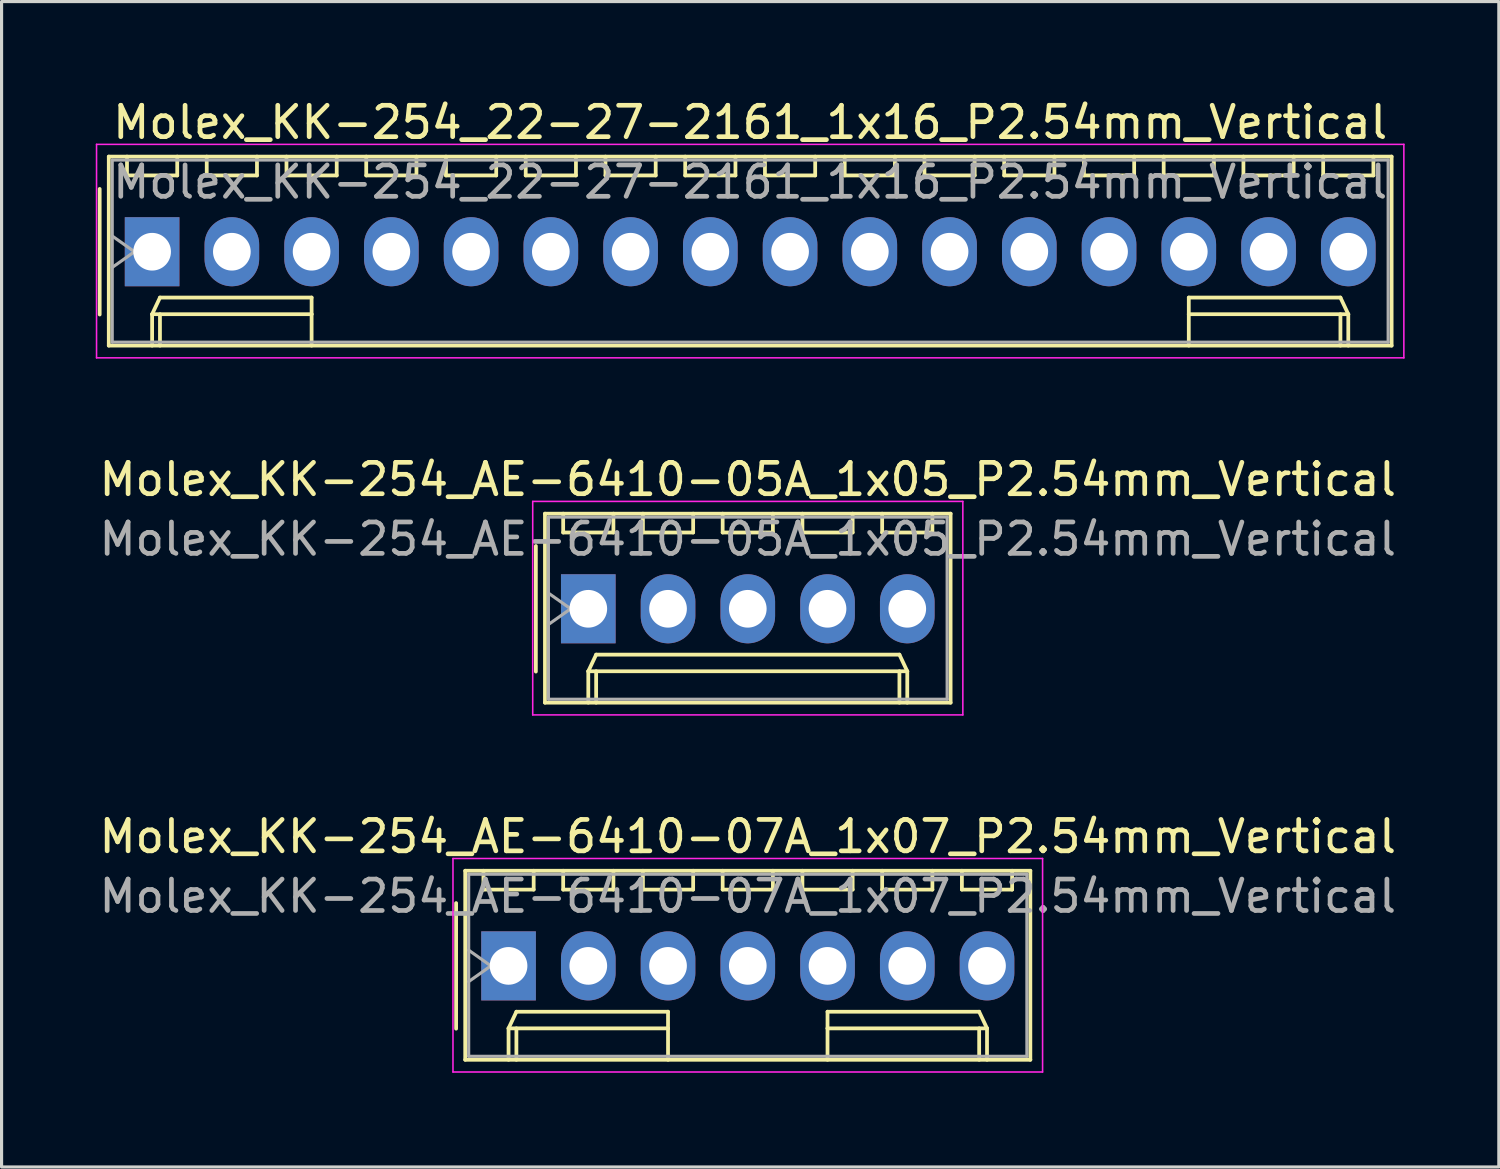
<source format=kicad_pcb>
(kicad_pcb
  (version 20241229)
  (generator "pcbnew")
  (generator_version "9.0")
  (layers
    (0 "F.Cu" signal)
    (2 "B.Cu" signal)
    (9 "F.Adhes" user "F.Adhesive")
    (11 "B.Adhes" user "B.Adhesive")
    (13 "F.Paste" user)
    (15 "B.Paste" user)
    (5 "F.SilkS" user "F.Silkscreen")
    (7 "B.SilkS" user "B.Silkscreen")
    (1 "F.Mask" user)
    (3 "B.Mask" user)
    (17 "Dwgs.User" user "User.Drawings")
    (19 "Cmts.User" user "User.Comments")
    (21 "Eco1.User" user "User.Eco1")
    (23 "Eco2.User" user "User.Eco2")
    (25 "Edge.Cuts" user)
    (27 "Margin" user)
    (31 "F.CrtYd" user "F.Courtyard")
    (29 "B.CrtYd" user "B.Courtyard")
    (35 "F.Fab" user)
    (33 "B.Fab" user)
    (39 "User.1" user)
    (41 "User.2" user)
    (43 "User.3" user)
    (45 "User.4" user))
  (footprint "Molex_KK-254_22-27-2161_1x16_P2.54mm_Vertical"
    (layer "F.Cu")
    (at 1.795 4.968)
    (property "Reference" "Molex_KK-254_22-27-2161_1x16_P2.54mm_Vertical" (at 19.05 -4.12 0) (layer "F.SilkS") (effects (font (size 1 1) (thickness 0.15))))
    (attr through_hole)
    (fp_line (start -1.67 -2) (end -1.67 2) (stroke (width 0.12) (type solid)) (layer "F.SilkS"))
    (fp_line (start -1.38 -3.03) (end -1.38 2.99) (stroke (width 0.12) (type solid)) (layer "F.SilkS"))
    (fp_line (start -1.38 2.99) (end 39.48 2.99) (stroke (width 0.12) (type solid)) (layer "F.SilkS"))
    (fp_line (start -0.8 -3.03) (end -0.8 -2.43) (stroke (width 0.12) (type solid)) (layer "F.SilkS"))
    (fp_line (start -0.8 -2.43) (end 0.8 -2.43) (stroke (width 0.12) (type solid)) (layer "F.SilkS"))
    (fp_line (start 0 1.99) (end 0.25 1.46) (stroke (width 0.12) (type solid)) (layer "F.SilkS"))
    (fp_line (start 0 1.99) (end 5.08 1.99) (stroke (width 0.12) (type solid)) (layer "F.SilkS"))
    (fp_line (start 0 2.99) (end 0 1.99) (stroke (width 0.12) (type solid)) (layer "F.SilkS"))
    (fp_line (start 0.25 1.46) (end 5.08 1.46) (stroke (width 0.12) (type solid)) (layer "F.SilkS"))
    (fp_line (start 0.25 2.99) (end 0.25 1.99) (stroke (width 0.12) (type solid)) (layer "F.SilkS"))
    (fp_line (start 0.8 -2.43) (end 0.8 -3.03) (stroke (width 0.12) (type solid)) (layer "F.SilkS"))
    (fp_line (start 1.74 -3.03) (end 1.74 -2.43) (stroke (width 0.12) (type solid)) (layer "F.SilkS"))
    (fp_line (start 1.74 -2.43) (end 3.34 -2.43) (stroke (width 0.12) (type solid)) (layer "F.SilkS"))
    (fp_line (start 3.34 -2.43) (end 3.34 -3.03) (stroke (width 0.12) (type solid)) (layer "F.SilkS"))
    (fp_line (start 4.28 -3.03) (end 4.28 -2.43) (stroke (width 0.12) (type solid)) (layer "F.SilkS"))
    (fp_line (start 4.28 -2.43) (end 5.88 -2.43) (stroke (width 0.12) (type solid)) (layer "F.SilkS"))
    (fp_line (start 5.08 1.46) (end 5.08 1.99) (stroke (width 0.12) (type solid)) (layer "F.SilkS"))
    (fp_line (start 5.08 1.99) (end 5.08 2.99) (stroke (width 0.12) (type solid)) (layer "F.SilkS"))
    (fp_line (start 5.88 -2.43) (end 5.88 -3.03) (stroke (width 0.12) (type solid)) (layer "F.SilkS"))
    (fp_line (start 6.82 -3.03) (end 6.82 -2.43) (stroke (width 0.12) (type solid)) (layer "F.SilkS"))
    (fp_line (start 6.82 -2.43) (end 8.42 -2.43) (stroke (width 0.12) (type solid)) (layer "F.SilkS"))
    (fp_line (start 8.42 -2.43) (end 8.42 -3.03) (stroke (width 0.12) (type solid)) (layer "F.SilkS"))
    (fp_line (start 9.36 -3.03) (end 9.36 -2.43) (stroke (width 0.12) (type solid)) (layer "F.SilkS"))
    (fp_line (start 9.36 -2.43) (end 10.96 -2.43) (stroke (width 0.12) (type solid)) (layer "F.SilkS"))
    (fp_line (start 10.96 -2.43) (end 10.96 -3.03) (stroke (width 0.12) (type solid)) (layer "F.SilkS"))
    (fp_line (start 11.9 -3.03) (end 11.9 -2.43) (stroke (width 0.12) (type solid)) (layer "F.SilkS"))
    (fp_line (start 11.9 -2.43) (end 13.5 -2.43) (stroke (width 0.12) (type solid)) (layer "F.SilkS"))
    (fp_line (start 13.5 -2.43) (end 13.5 -3.03) (stroke (width 0.12) (type solid)) (layer "F.SilkS"))
    (fp_line (start 14.44 -3.03) (end 14.44 -2.43) (stroke (width 0.12) (type solid)) (layer "F.SilkS"))
    (fp_line (start 14.44 -2.43) (end 16.04 -2.43) (stroke (width 0.12) (type solid)) (layer "F.SilkS"))
    (fp_line (start 16.04 -2.43) (end 16.04 -3.03) (stroke (width 0.12) (type solid)) (layer "F.SilkS"))
    (fp_line (start 16.98 -3.03) (end 16.98 -2.43) (stroke (width 0.12) (type solid)) (layer "F.SilkS"))
    (fp_line (start 16.98 -2.43) (end 18.58 -2.43) (stroke (width 0.12) (type solid)) (layer "F.SilkS"))
    (fp_line (start 18.58 -2.43) (end 18.58 -3.03) (stroke (width 0.12) (type solid)) (layer "F.SilkS"))
    (fp_line (start 19.52 -3.03) (end 19.52 -2.43) (stroke (width 0.12) (type solid)) (layer "F.SilkS"))
    (fp_line (start 19.52 -2.43) (end 21.12 -2.43) (stroke (width 0.12) (type solid)) (layer "F.SilkS"))
    (fp_line (start 21.12 -2.43) (end 21.12 -3.03) (stroke (width 0.12) (type solid)) (layer "F.SilkS"))
    (fp_line (start 22.06 -3.03) (end 22.06 -2.43) (stroke (width 0.12) (type solid)) (layer "F.SilkS"))
    (fp_line (start 22.06 -2.43) (end 23.66 -2.43) (stroke (width 0.12) (type solid)) (layer "F.SilkS"))
    (fp_line (start 23.66 -2.43) (end 23.66 -3.03) (stroke (width 0.12) (type solid)) (layer "F.SilkS"))
    (fp_line (start 24.6 -3.03) (end 24.6 -2.43) (stroke (width 0.12) (type solid)) (layer "F.SilkS"))
    (fp_line (start 24.6 -2.43) (end 26.2 -2.43) (stroke (width 0.12) (type solid)) (layer "F.SilkS"))
    (fp_line (start 26.2 -2.43) (end 26.2 -3.03) (stroke (width 0.12) (type solid)) (layer "F.SilkS"))
    (fp_line (start 27.14 -3.03) (end 27.14 -2.43) (stroke (width 0.12) (type solid)) (layer "F.SilkS"))
    (fp_line (start 27.14 -2.43) (end 28.74 -2.43) (stroke (width 0.12) (type solid)) (layer "F.SilkS"))
    (fp_line (start 28.74 -2.43) (end 28.74 -3.03) (stroke (width 0.12) (type solid)) (layer "F.SilkS"))
    (fp_line (start 29.68 -3.03) (end 29.68 -2.43) (stroke (width 0.12) (type solid)) (layer "F.SilkS"))
    (fp_line (start 29.68 -2.43) (end 31.28 -2.43) (stroke (width 0.12) (type solid)) (layer "F.SilkS"))
    (fp_line (start 31.28 -2.43) (end 31.28 -3.03) (stroke (width 0.12) (type solid)) (layer "F.SilkS"))
    (fp_line (start 32.22 -3.03) (end 32.22 -2.43) (stroke (width 0.12) (type solid)) (layer "F.SilkS"))
    (fp_line (start 32.22 -2.43) (end 33.82 -2.43) (stroke (width 0.12) (type solid)) (layer "F.SilkS"))
    (fp_line (start 33.02 1.46) (end 33.02 1.99) (stroke (width 0.12) (type solid)) (layer "F.SilkS"))
    (fp_line (start 33.02 1.99) (end 33.02 2.99) (stroke (width 0.12) (type solid)) (layer "F.SilkS"))
    (fp_line (start 33.82 -2.43) (end 33.82 -3.03) (stroke (width 0.12) (type solid)) (layer "F.SilkS"))
    (fp_line (start 34.76 -3.03) (end 34.76 -2.43) (stroke (width 0.12) (type solid)) (layer "F.SilkS"))
    (fp_line (start 34.76 -2.43) (end 36.36 -2.43) (stroke (width 0.12) (type solid)) (layer "F.SilkS"))
    (fp_line (start 36.36 -2.43) (end 36.36 -3.03) (stroke (width 0.12) (type solid)) (layer "F.SilkS"))
    (fp_line (start 37.3 -3.03) (end 37.3 -2.43) (stroke (width 0.12) (type solid)) (layer "F.SilkS"))
    (fp_line (start 37.3 -2.43) (end 38.9 -2.43) (stroke (width 0.12) (type solid)) (layer "F.SilkS"))
    (fp_line (start 37.85 1.46) (end 33.02 1.46) (stroke (width 0.12) (type solid)) (layer "F.SilkS"))
    (fp_line (start 37.85 2.99) (end 37.85 1.99) (stroke (width 0.12) (type solid)) (layer "F.SilkS"))
    (fp_line (start 38.1 1.99) (end 33.02 1.99) (stroke (width 0.12) (type solid)) (layer "F.SilkS"))
    (fp_line (start 38.1 1.99) (end 37.85 1.46) (stroke (width 0.12) (type solid)) (layer "F.SilkS"))
    (fp_line (start 38.1 2.99) (end 38.1 1.99) (stroke (width 0.12) (type solid)) (layer "F.SilkS"))
    (fp_line (start 38.9 -2.43) (end 38.9 -3.03) (stroke (width 0.12) (type solid)) (layer "F.SilkS"))
    (fp_line (start 39.48 -3.03) (end -1.38 -3.03) (stroke (width 0.12) (type solid)) (layer "F.SilkS"))
    (fp_line (start 39.48 2.99) (end 39.48 -3.03) (stroke (width 0.12) (type solid)) (layer "F.SilkS"))
    (fp_line (start -1.77 -3.42) (end -1.77 3.38) (stroke (width 0.05) (type solid)) (layer "F.CrtYd"))
    (fp_line (start -1.77 3.38) (end 39.87 3.38) (stroke (width 0.05) (type solid)) (layer "F.CrtYd"))
    (fp_line (start 39.87 -3.42) (end -1.77 -3.42) (stroke (width 0.05) (type solid)) (layer "F.CrtYd"))
    (fp_line (start 39.87 3.38) (end 39.87 -3.42) (stroke (width 0.05) (type solid)) (layer "F.CrtYd"))
    (fp_line (start -1.27 -2.92) (end -1.27 2.88) (stroke (width 0.1) (type solid)) (layer "F.Fab"))
    (fp_line (start -1.27 -0.5) (end -0.563 0) (stroke (width 0.1) (type solid)) (layer "F.Fab"))
    (fp_line (start -1.27 2.88) (end 39.37 2.88) (stroke (width 0.1) (type solid)) (layer "F.Fab"))
    (fp_line (start -0.563 0) (end -1.27 0.5) (stroke (width 0.1) (type solid)) (layer "F.Fab"))
    (fp_line (start 39.37 -2.92) (end -1.27 -2.92) (stroke (width 0.1) (type solid)) (layer "F.Fab"))
    (fp_line (start 39.37 2.88) (end 39.37 -2.92) (stroke (width 0.1) (type solid)) (layer "F.Fab"))
    (fp_text user "${REFERENCE}" (at 19.05 -2.22 0) (layer "F.Fab") (effects (font (size 1 1) (thickness 0.15))))
    (pad "1" thru_hole rect (at 0 0) (size 1.74 2.2) (drill 1.2) (layers "*.Cu" "*.Mask"))
    (pad "2" thru_hole oval (at 2.54 0) (size 1.74 2.2) (drill 1.2) (layers "*.Cu" "*.Mask"))
    (pad "3" thru_hole oval (at 5.08 0) (size 1.74 2.2) (drill 1.2) (layers "*.Cu" "*.Mask"))
    (pad "4" thru_hole oval (at 7.62 0) (size 1.74 2.2) (drill 1.2) (layers "*.Cu" "*.Mask"))
    (pad "5" thru_hole oval (at 10.16 0) (size 1.74 2.2) (drill 1.2) (layers "*.Cu" "*.Mask"))
    (pad "6" thru_hole oval (at 12.7 0) (size 1.74 2.2) (drill 1.2) (layers "*.Cu" "*.Mask"))
    (pad "7" thru_hole oval (at 15.24 0) (size 1.74 2.2) (drill 1.2) (layers "*.Cu" "*.Mask"))
    (pad "8" thru_hole oval (at 17.78 0) (size 1.74 2.2) (drill 1.2) (layers "*.Cu" "*.Mask"))
    (pad "9" thru_hole oval (at 20.32 0) (size 1.74 2.2) (drill 1.2) (layers "*.Cu" "*.Mask"))
    (pad "10" thru_hole oval (at 22.86 0) (size 1.74 2.2) (drill 1.2) (layers "*.Cu" "*.Mask"))
    (pad "11" thru_hole oval (at 25.4 0) (size 1.74 2.2) (drill 1.2) (layers "*.Cu" "*.Mask"))
    (pad "12" thru_hole oval (at 27.94 0) (size 1.74 2.2) (drill 1.2) (layers "*.Cu" "*.Mask"))
    (pad "13" thru_hole oval (at 30.48 0) (size 1.74 2.2) (drill 1.2) (layers "*.Cu" "*.Mask"))
    (pad "14" thru_hole oval (at 33.02 0) (size 1.74 2.2) (drill 1.2) (layers "*.Cu" "*.Mask"))
    (pad "15" thru_hole oval (at 35.56 0) (size 1.74 2.2) (drill 1.2) (layers "*.Cu" "*.Mask"))
    (pad "16" thru_hole oval (at 38.1 0) (size 1.74 2.2) (drill 1.2) (layers "*.Cu" "*.Mask")))
  (footprint "Molex_KK-254_AE-6410-05A_1x05_P2.54mm_Vertical"
    (layer "F.Cu")
    (at 15.688 16.341)
    (property "Reference" "Molex_KK-254_AE-6410-05A_1x05_P2.54mm_Vertical" (at 5.08 -4.12 0) (layer "F.SilkS") (effects (font (size 1 1) (thickness 0.15))))
    (attr through_hole)
    (fp_line (start -1.67 -2) (end -1.67 2) (stroke (width 0.12) (type solid)) (layer "F.SilkS"))
    (fp_line (start -1.38 -3.03) (end -1.38 2.99) (stroke (width 0.12) (type solid)) (layer "F.SilkS"))
    (fp_line (start -1.38 2.99) (end 11.54 2.99) (stroke (width 0.12) (type solid)) (layer "F.SilkS"))
    (fp_line (start -0.8 -3.03) (end -0.8 -2.43) (stroke (width 0.12) (type solid)) (layer "F.SilkS"))
    (fp_line (start -0.8 -2.43) (end 0.8 -2.43) (stroke (width 0.12) (type solid)) (layer "F.SilkS"))
    (fp_line (start 0 1.99) (end 0.25 1.46) (stroke (width 0.12) (type solid)) (layer "F.SilkS"))
    (fp_line (start 0 1.99) (end 10.16 1.99) (stroke (width 0.12) (type solid)) (layer "F.SilkS"))
    (fp_line (start 0 2.99) (end 0 1.99) (stroke (width 0.12) (type solid)) (layer "F.SilkS"))
    (fp_line (start 0.25 1.46) (end 9.91 1.46) (stroke (width 0.12) (type solid)) (layer "F.SilkS"))
    (fp_line (start 0.25 2.99) (end 0.25 1.99) (stroke (width 0.12) (type solid)) (layer "F.SilkS"))
    (fp_line (start 0.8 -2.43) (end 0.8 -3.03) (stroke (width 0.12) (type solid)) (layer "F.SilkS"))
    (fp_line (start 1.74 -3.03) (end 1.74 -2.43) (stroke (width 0.12) (type solid)) (layer "F.SilkS"))
    (fp_line (start 1.74 -2.43) (end 3.34 -2.43) (stroke (width 0.12) (type solid)) (layer "F.SilkS"))
    (fp_line (start 3.34 -2.43) (end 3.34 -3.03) (stroke (width 0.12) (type solid)) (layer "F.SilkS"))
    (fp_line (start 4.28 -3.03) (end 4.28 -2.43) (stroke (width 0.12) (type solid)) (layer "F.SilkS"))
    (fp_line (start 4.28 -2.43) (end 5.88 -2.43) (stroke (width 0.12) (type solid)) (layer "F.SilkS"))
    (fp_line (start 5.88 -2.43) (end 5.88 -3.03) (stroke (width 0.12) (type solid)) (layer "F.SilkS"))
    (fp_line (start 6.82 -3.03) (end 6.82 -2.43) (stroke (width 0.12) (type solid)) (layer "F.SilkS"))
    (fp_line (start 6.82 -2.43) (end 8.42 -2.43) (stroke (width 0.12) (type solid)) (layer "F.SilkS"))
    (fp_line (start 8.42 -2.43) (end 8.42 -3.03) (stroke (width 0.12) (type solid)) (layer "F.SilkS"))
    (fp_line (start 9.36 -3.03) (end 9.36 -2.43) (stroke (width 0.12) (type solid)) (layer "F.SilkS"))
    (fp_line (start 9.36 -2.43) (end 10.96 -2.43) (stroke (width 0.12) (type solid)) (layer "F.SilkS"))
    (fp_line (start 9.91 1.46) (end 10.16 1.99) (stroke (width 0.12) (type solid)) (layer "F.SilkS"))
    (fp_line (start 9.91 2.99) (end 9.91 1.99) (stroke (width 0.12) (type solid)) (layer "F.SilkS"))
    (fp_line (start 10.16 1.99) (end 10.16 2.99) (stroke (width 0.12) (type solid)) (layer "F.SilkS"))
    (fp_line (start 10.96 -2.43) (end 10.96 -3.03) (stroke (width 0.12) (type solid)) (layer "F.SilkS"))
    (fp_line (start 11.54 -3.03) (end -1.38 -3.03) (stroke (width 0.12) (type solid)) (layer "F.SilkS"))
    (fp_line (start 11.54 2.99) (end 11.54 -3.03) (stroke (width 0.12) (type solid)) (layer "F.SilkS"))
    (fp_line (start -1.77 -3.42) (end -1.77 3.38) (stroke (width 0.05) (type solid)) (layer "F.CrtYd"))
    (fp_line (start -1.77 3.38) (end 11.93 3.38) (stroke (width 0.05) (type solid)) (layer "F.CrtYd"))
    (fp_line (start 11.93 -3.42) (end -1.77 -3.42) (stroke (width 0.05) (type solid)) (layer "F.CrtYd"))
    (fp_line (start 11.93 3.38) (end 11.93 -3.42) (stroke (width 0.05) (type solid)) (layer "F.CrtYd"))
    (fp_line (start -1.27 -2.92) (end -1.27 2.88) (stroke (width 0.1) (type solid)) (layer "F.Fab"))
    (fp_line (start -1.27 -0.5) (end -0.563 0) (stroke (width 0.1) (type solid)) (layer "F.Fab"))
    (fp_line (start -1.27 2.88) (end 11.43 2.88) (stroke (width 0.1) (type solid)) (layer "F.Fab"))
    (fp_line (start -0.563 0) (end -1.27 0.5) (stroke (width 0.1) (type solid)) (layer "F.Fab"))
    (fp_line (start 11.43 -2.92) (end -1.27 -2.92) (stroke (width 0.1) (type solid)) (layer "F.Fab"))
    (fp_line (start 11.43 2.88) (end 11.43 -2.92) (stroke (width 0.1) (type solid)) (layer "F.Fab"))
    (fp_text user "${REFERENCE}" (at 5.08 -2.22 0) (layer "F.Fab") (effects (font (size 1 1) (thickness 0.15))))
    (pad "1" thru_hole rect (at 0 0) (size 1.74 2.2) (drill 1.2) (layers "*.Cu" "*.Mask"))
    (pad "2" thru_hole oval (at 2.54 0) (size 1.74 2.2) (drill 1.2) (layers "*.Cu" "*.Mask"))
    (pad "3" thru_hole oval (at 5.08 0) (size 1.74 2.2) (drill 1.2) (layers "*.Cu" "*.Mask"))
    (pad "4" thru_hole oval (at 7.62 0) (size 1.74 2.2) (drill 1.2) (layers "*.Cu" "*.Mask"))
    (pad "5" thru_hole oval (at 10.16 0) (size 1.74 2.2) (drill 1.2) (layers "*.Cu" "*.Mask")))
  (footprint "Molex_KK-254_AE-6410-07A_1x07_P2.54mm_Vertical"
    (layer "F.Cu")
    (at 13.148 27.715)
    (property "Reference" "Molex_KK-254_AE-6410-07A_1x07_P2.54mm_Vertical" (at 7.62 -4.12 0) (layer "F.SilkS") (effects (font (size 1 1) (thickness 0.15))))
    (attr through_hole)
    (fp_line (start -1.67 -2) (end -1.67 2) (stroke (width 0.12) (type solid)) (layer "F.SilkS"))
    (fp_line (start -1.38 -3.03) (end -1.38 2.99) (stroke (width 0.12) (type solid)) (layer "F.SilkS"))
    (fp_line (start -1.38 2.99) (end 16.62 2.99) (stroke (width 0.12) (type solid)) (layer "F.SilkS"))
    (fp_line (start -0.8 -3.03) (end -0.8 -2.43) (stroke (width 0.12) (type solid)) (layer "F.SilkS"))
    (fp_line (start -0.8 -2.43) (end 0.8 -2.43) (stroke (width 0.12) (type solid)) (layer "F.SilkS"))
    (fp_line (start 0 1.99) (end 0.25 1.46) (stroke (width 0.12) (type solid)) (layer "F.SilkS"))
    (fp_line (start 0 1.99) (end 5.08 1.99) (stroke (width 0.12) (type solid)) (layer "F.SilkS"))
    (fp_line (start 0 2.99) (end 0 1.99) (stroke (width 0.12) (type solid)) (layer "F.SilkS"))
    (fp_line (start 0.25 1.46) (end 5.08 1.46) (stroke (width 0.12) (type solid)) (layer "F.SilkS"))
    (fp_line (start 0.25 2.99) (end 0.25 1.99) (stroke (width 0.12) (type solid)) (layer "F.SilkS"))
    (fp_line (start 0.8 -2.43) (end 0.8 -3.03) (stroke (width 0.12) (type solid)) (layer "F.SilkS"))
    (fp_line (start 1.74 -3.03) (end 1.74 -2.43) (stroke (width 0.12) (type solid)) (layer "F.SilkS"))
    (fp_line (start 1.74 -2.43) (end 3.34 -2.43) (stroke (width 0.12) (type solid)) (layer "F.SilkS"))
    (fp_line (start 3.34 -2.43) (end 3.34 -3.03) (stroke (width 0.12) (type solid)) (layer "F.SilkS"))
    (fp_line (start 4.28 -3.03) (end 4.28 -2.43) (stroke (width 0.12) (type solid)) (layer "F.SilkS"))
    (fp_line (start 4.28 -2.43) (end 5.88 -2.43) (stroke (width 0.12) (type solid)) (layer "F.SilkS"))
    (fp_line (start 5.08 1.46) (end 5.08 1.99) (stroke (width 0.12) (type solid)) (layer "F.SilkS"))
    (fp_line (start 5.08 1.99) (end 5.08 2.99) (stroke (width 0.12) (type solid)) (layer "F.SilkS"))
    (fp_line (start 5.88 -2.43) (end 5.88 -3.03) (stroke (width 0.12) (type solid)) (layer "F.SilkS"))
    (fp_line (start 6.82 -3.03) (end 6.82 -2.43) (stroke (width 0.12) (type solid)) (layer "F.SilkS"))
    (fp_line (start 6.82 -2.43) (end 8.42 -2.43) (stroke (width 0.12) (type solid)) (layer "F.SilkS"))
    (fp_line (start 8.42 -2.43) (end 8.42 -3.03) (stroke (width 0.12) (type solid)) (layer "F.SilkS"))
    (fp_line (start 9.36 -3.03) (end 9.36 -2.43) (stroke (width 0.12) (type solid)) (layer "F.SilkS"))
    (fp_line (start 9.36 -2.43) (end 10.96 -2.43) (stroke (width 0.12) (type solid)) (layer "F.SilkS"))
    (fp_line (start 10.16 1.46) (end 10.16 1.99) (stroke (width 0.12) (type solid)) (layer "F.SilkS"))
    (fp_line (start 10.16 1.99) (end 10.16 2.99) (stroke (width 0.12) (type solid)) (layer "F.SilkS"))
    (fp_line (start 10.96 -2.43) (end 10.96 -3.03) (stroke (width 0.12) (type solid)) (layer "F.SilkS"))
    (fp_line (start 11.9 -3.03) (end 11.9 -2.43) (stroke (width 0.12) (type solid)) (layer "F.SilkS"))
    (fp_line (start 11.9 -2.43) (end 13.5 -2.43) (stroke (width 0.12) (type solid)) (layer "F.SilkS"))
    (fp_line (start 13.5 -2.43) (end 13.5 -3.03) (stroke (width 0.12) (type solid)) (layer "F.SilkS"))
    (fp_line (start 14.44 -3.03) (end 14.44 -2.43) (stroke (width 0.12) (type solid)) (layer "F.SilkS"))
    (fp_line (start 14.44 -2.43) (end 16.04 -2.43) (stroke (width 0.12) (type solid)) (layer "F.SilkS"))
    (fp_line (start 14.99 1.46) (end 10.16 1.46) (stroke (width 0.12) (type solid)) (layer "F.SilkS"))
    (fp_line (start 14.99 2.99) (end 14.99 1.99) (stroke (width 0.12) (type solid)) (layer "F.SilkS"))
    (fp_line (start 15.24 1.99) (end 10.16 1.99) (stroke (width 0.12) (type solid)) (layer "F.SilkS"))
    (fp_line (start 15.24 1.99) (end 14.99 1.46) (stroke (width 0.12) (type solid)) (layer "F.SilkS"))
    (fp_line (start 15.24 2.99) (end 15.24 1.99) (stroke (width 0.12) (type solid)) (layer "F.SilkS"))
    (fp_line (start 16.04 -2.43) (end 16.04 -3.03) (stroke (width 0.12) (type solid)) (layer "F.SilkS"))
    (fp_line (start 16.62 -3.03) (end -1.38 -3.03) (stroke (width 0.12) (type solid)) (layer "F.SilkS"))
    (fp_line (start 16.62 2.99) (end 16.62 -3.03) (stroke (width 0.12) (type solid)) (layer "F.SilkS"))
    (fp_line (start -1.77 -3.42) (end -1.77 3.38) (stroke (width 0.05) (type solid)) (layer "F.CrtYd"))
    (fp_line (start -1.77 3.38) (end 17.01 3.38) (stroke (width 0.05) (type solid)) (layer "F.CrtYd"))
    (fp_line (start 17.01 -3.42) (end -1.77 -3.42) (stroke (width 0.05) (type solid)) (layer "F.CrtYd"))
    (fp_line (start 17.01 3.38) (end 17.01 -3.42) (stroke (width 0.05) (type solid)) (layer "F.CrtYd"))
    (fp_line (start -1.27 -2.92) (end -1.27 2.88) (stroke (width 0.1) (type solid)) (layer "F.Fab"))
    (fp_line (start -1.27 -0.5) (end -0.563 0) (stroke (width 0.1) (type solid)) (layer "F.Fab"))
    (fp_line (start -1.27 2.88) (end 16.51 2.88) (stroke (width 0.1) (type solid)) (layer "F.Fab"))
    (fp_line (start -0.563 0) (end -1.27 0.5) (stroke (width 0.1) (type solid)) (layer "F.Fab"))
    (fp_line (start 16.51 -2.92) (end -1.27 -2.92) (stroke (width 0.1) (type solid)) (layer "F.Fab"))
    (fp_line (start 16.51 2.88) (end 16.51 -2.92) (stroke (width 0.1) (type solid)) (layer "F.Fab"))
    (fp_text user "${REFERENCE}" (at 7.62 -2.22 0) (layer "F.Fab") (effects (font (size 1 1) (thickness 0.15))))
    (pad "1" thru_hole rect (at 0 0) (size 1.74 2.2) (drill 1.2) (layers "*.Cu" "*.Mask"))
    (pad "2" thru_hole oval (at 2.54 0) (size 1.74 2.2) (drill 1.2) (layers "*.Cu" "*.Mask"))
    (pad "3" thru_hole oval (at 5.08 0) (size 1.74 2.2) (drill 1.2) (layers "*.Cu" "*.Mask"))
    (pad "4" thru_hole oval (at 7.62 0) (size 1.74 2.2) (drill 1.2) (layers "*.Cu" "*.Mask"))
    (pad "5" thru_hole oval (at 10.16 0) (size 1.74 2.2) (drill 1.2) (layers "*.Cu" "*.Mask"))
    (pad "6" thru_hole oval (at 12.7 0) (size 1.74 2.2) (drill 1.2) (layers "*.Cu" "*.Mask"))
    (pad "7" thru_hole oval (at 15.24 0) (size 1.74 2.2) (drill 1.2) (layers "*.Cu" "*.Mask")))
  (gr_rect
    (start -3 -3)
    (end 44.69 34.12)
    (stroke (width 0.1) (type default))
    (fill no)
    (layer "Edge.Cuts")))
</source>
